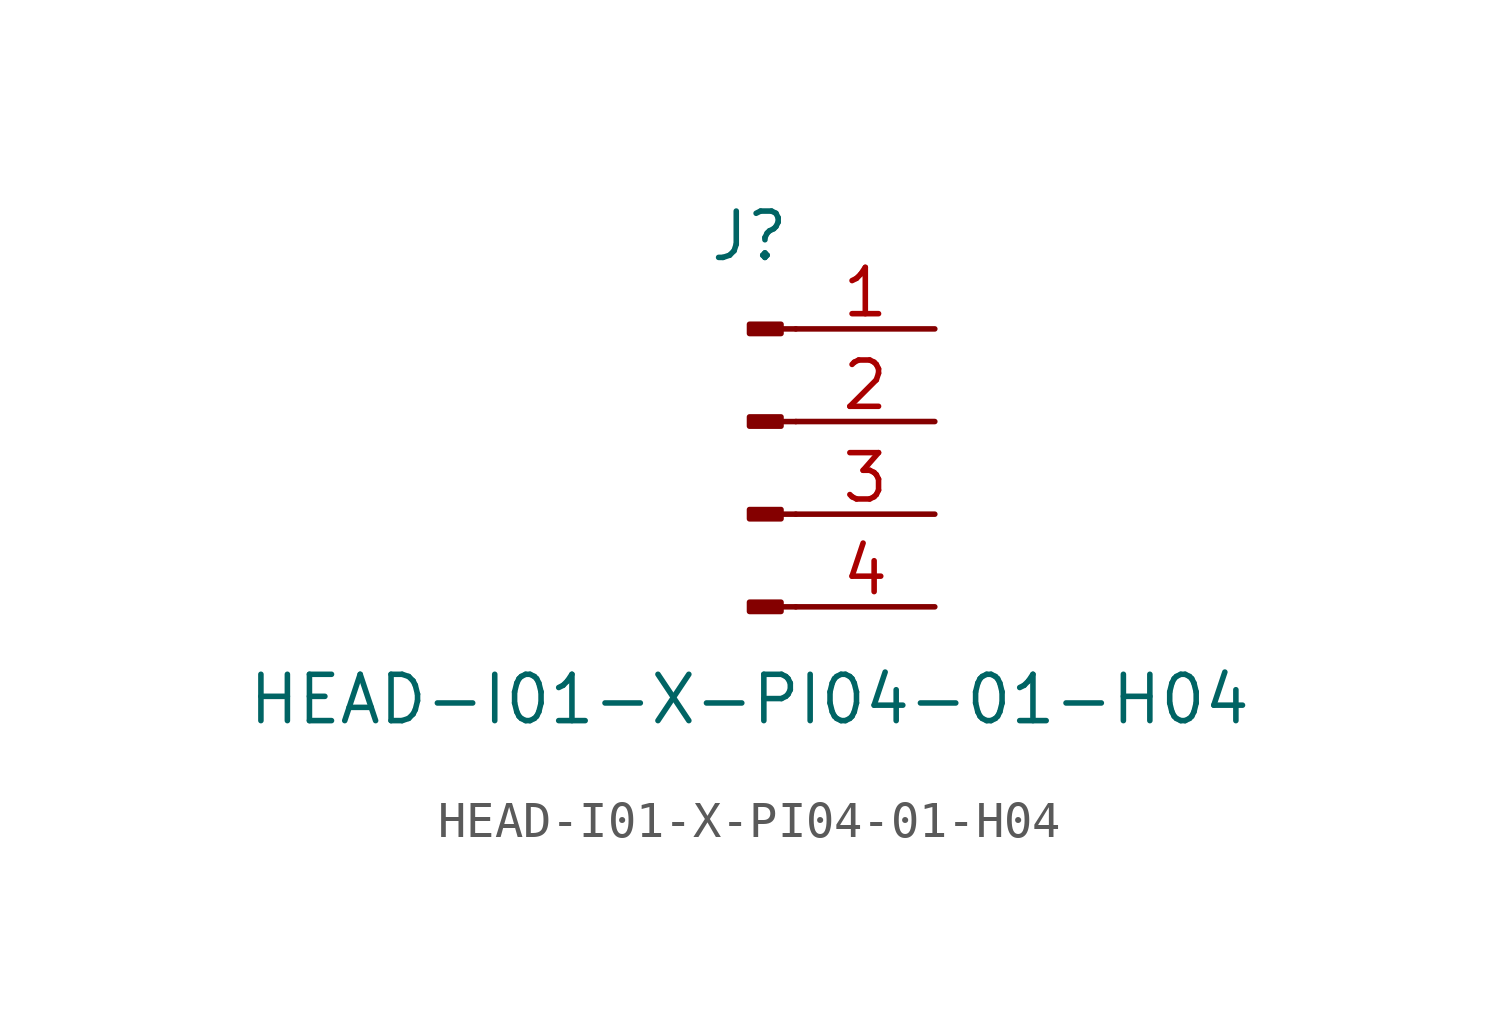
<source format=kicad_sym>
(kicad_symbol_lib
  (version 20211014)
  (generator kicad_symbol_editor)
  (symbol "HEAD-I01-X-PI04-01-H04"
    (pin_names
      (offset 1.016) hide)
    (property "Reference" "J"
      (at 0 5.08 0)
      (effects (font (size 1.27 1.27))))
    (property "Value" "HEAD-I01-X-PI04-01-H04"
      (at 0 -7.62 0)
      (effects (font (size 1.27 1.27))))
    (symbol "HEAD-I01-X-PI04-01-H04_1_1"
      (polyline (pts (xy 1.27 -5.08) (xy 0.864 -5.08)) (stroke (width 0.152) (type default) (color 0 0 0 0)) (fill (type none)))
      (polyline (pts (xy 1.27 -2.54) (xy 0.864 -2.54)) (stroke (width 0.152) (type default) (color 0 0 0 0)) (fill (type none)))
      (polyline (pts (xy 1.27 0) (xy 0.864 0)) (stroke (width 0.152) (type default) (color 0 0 0 0)) (fill (type none)))
      (polyline (pts (xy 1.27 2.54) (xy 0.864 2.54)) (stroke (width 0.152) (type default) (color 0 0 0 0)) (fill (type none)))
      (rectangle (start 0.864 -4.953) (end 0 -5.207) (stroke (width 0.152) (type default) (color 0 0 0 0)) (fill (type outline)))
      (rectangle (start 0.864 -2.413) (end 0 -2.667) (stroke (width 0.152) (type default) (color 0 0 0 0)) (fill (type outline)))
      (rectangle (start 0.864 0.127) (end 0 -0.127) (stroke (width 0.152) (type default) (color 0 0 0 0)) (fill (type outline)))
      (rectangle (start 0.864 2.667) (end 0 2.413) (stroke (width 0.152) (type default) (color 0 0 0 0)) (fill (type outline)))
      (pin passive line (at 5.08 2.54 180) (length 3.81) (name "Pin_1" (effects (font (size 1.27 1.27)))) (number "1" (effects (font (size 1.27 1.27)))))
      (pin passive line (at 5.08 0 180) (length 3.81) (name "Pin_2" (effects (font (size 1.27 1.27)))) (number "2" (effects (font (size 1.27 1.27)))))
      (pin passive line (at 5.08 -2.54 180) (length 3.81) (name "Pin_3" (effects (font (size 1.27 1.27)))) (number "3" (effects (font (size 1.27 1.27)))))
      (pin passive line (at 5.08 -5.08 180) (length 3.81) (name "Pin_4" (effects (font (size 1.27 1.27)))) (number "4" (effects (font (size 1.27 1.27))))))))
</source>
